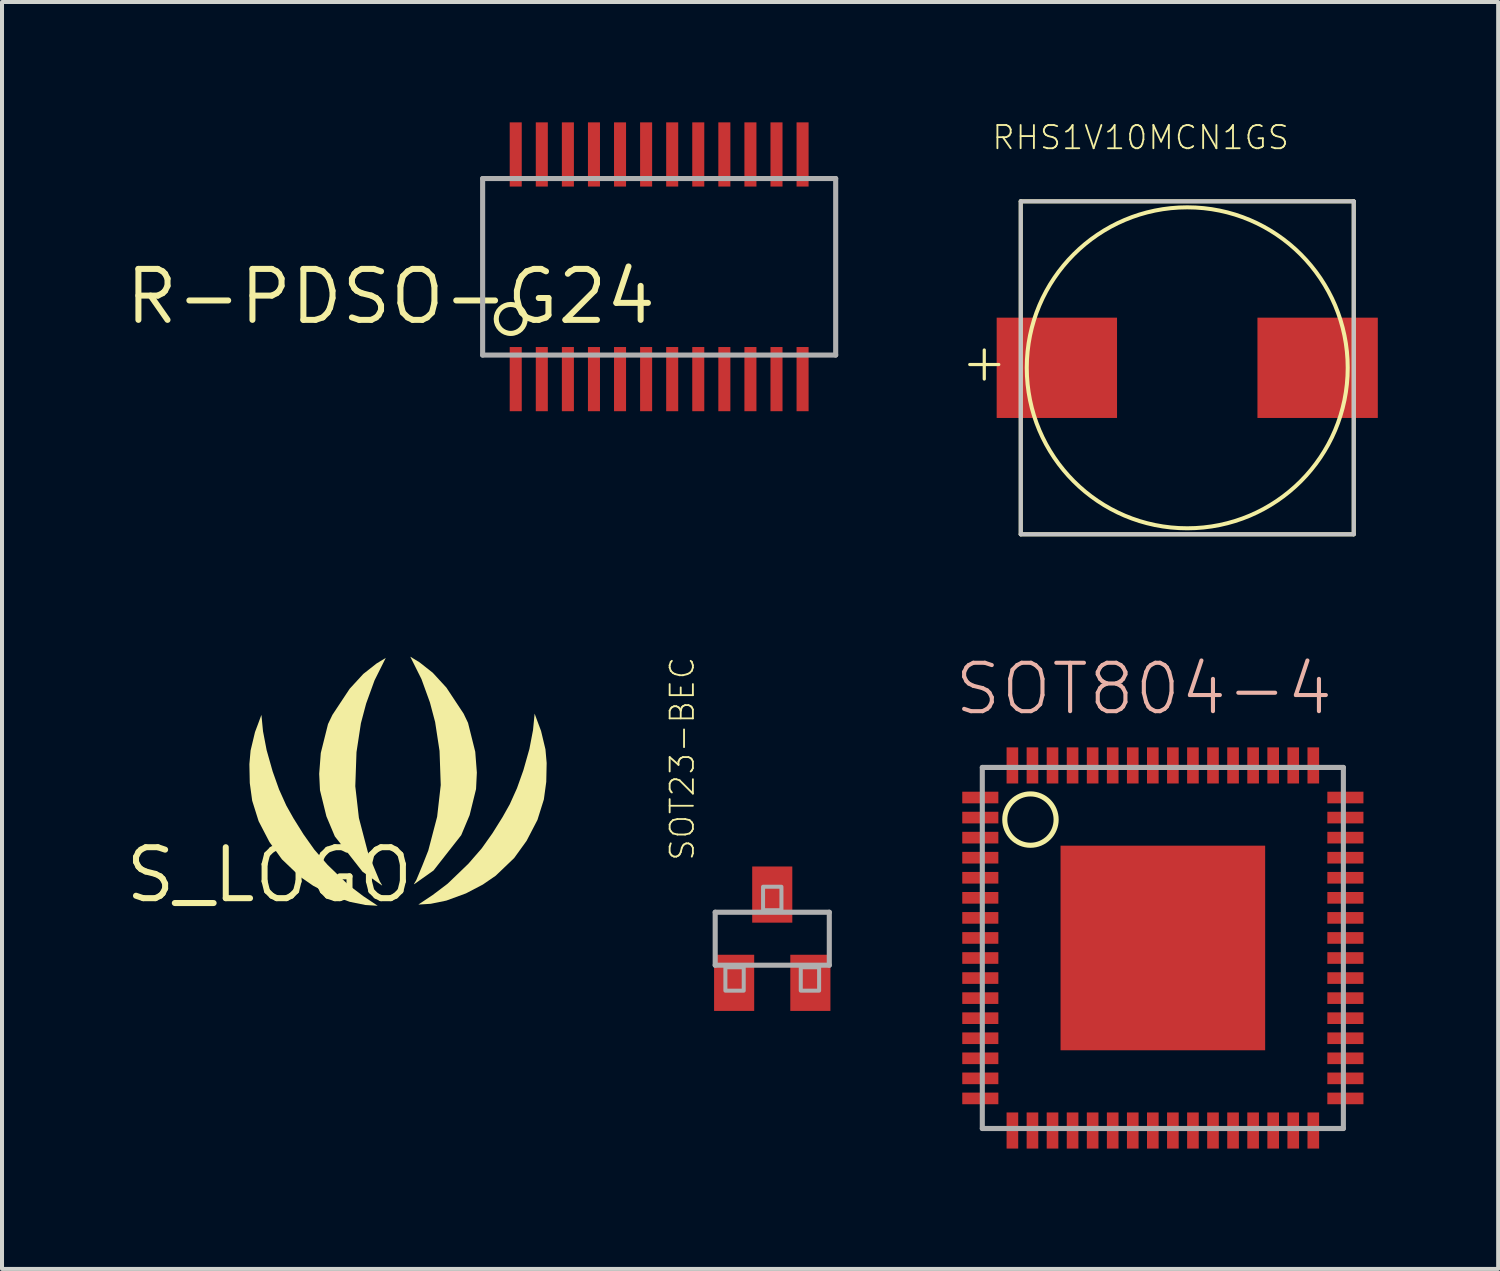
<source format=kicad_pcb>
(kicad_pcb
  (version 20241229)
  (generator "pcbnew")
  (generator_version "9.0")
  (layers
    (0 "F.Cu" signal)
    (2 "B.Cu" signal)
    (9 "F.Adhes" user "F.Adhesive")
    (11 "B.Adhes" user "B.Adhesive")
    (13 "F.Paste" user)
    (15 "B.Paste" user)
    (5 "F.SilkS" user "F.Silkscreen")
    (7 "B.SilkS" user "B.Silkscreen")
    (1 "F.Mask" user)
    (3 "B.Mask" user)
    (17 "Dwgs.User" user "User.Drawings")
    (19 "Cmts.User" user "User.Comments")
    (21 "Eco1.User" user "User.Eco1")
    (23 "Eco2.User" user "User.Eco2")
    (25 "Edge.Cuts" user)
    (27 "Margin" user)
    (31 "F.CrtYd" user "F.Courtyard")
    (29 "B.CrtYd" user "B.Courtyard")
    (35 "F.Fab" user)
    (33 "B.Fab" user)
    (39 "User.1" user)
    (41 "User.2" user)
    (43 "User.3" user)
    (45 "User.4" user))
  (footprint "SOT23-BEC"
    (layer "F.Cu")
    (at 16.199 20.348)
    (property "Reference" "SOT23-BEC" (at -1.905 -1.905 90) (layer "F.SilkS") (effects (font (size 0.579 0.579) (thickness 0.046)) (justify left bottom)))
    (attr through_hole)
    (fp_line (start -1.422 -0.66) (end 1.422 -0.66) (stroke (width 0.127) (type solid)) (layer "F.Fab"))
    (fp_line (start -1.422 0.66) (end -1.422 -0.66) (stroke (width 0.127) (type solid)) (layer "F.Fab"))
    (fp_line (start 1.422 -0.66) (end 1.422 0.66) (stroke (width 0.127) (type solid)) (layer "F.Fab"))
    (fp_line (start 1.422 0.66) (end -1.422 0.66) (stroke (width 0.127) (type solid)) (layer "F.Fab"))
    (fp_poly (pts (xy -1.168 1.295) (xy -0.711 1.295) (xy -0.711 0.711) (xy -1.168 0.711)) (stroke (width 0.1) (type solid)) (fill no) (layer "F.Fab"))
    (fp_poly (pts (xy -0.229 -0.711) (xy 0.229 -0.711) (xy 0.229 -1.295) (xy -0.229 -1.295)) (stroke (width 0.1) (type solid)) (fill no) (layer "F.Fab"))
    (fp_poly (pts (xy 0.711 1.295) (xy 1.168 1.295) (xy 1.168 0.711) (xy 0.711 0.711)) (stroke (width 0.1) (type solid)) (fill no) (layer "F.Fab"))
    (pad "B" smd rect (at -0.95 1.1) (size 1 1.4) (layers "F.Cu" "F.Mask" "F.Paste"))
    (pad "C" smd rect (at 0 -1.1) (size 1 1.4) (layers "F.Cu" "F.Mask" "F.Paste"))
    (pad "E" smd rect (at 0.95 1.1) (size 1 1.4) (layers "F.Cu" "F.Mask" "F.Paste")))
  (footprint "R-PDSO-G24"
    (layer "F.Cu")
    (at 13.38 3.6)
    (property "Reference" "R-PDSO-G24" (at 0 0 0) (layer "F.SilkS") (effects (font (size 1.27 1.27) (thickness 0.15)) (justify right top)))
    (attr through_hole)
    (fp_circle (center -3.7 1.3) (end -3.339 1.3) (stroke (width 0.127) (type solid)) (fill no) (layer "F.SilkS"))
    (fp_line (start -4.4 -2.2) (end 4.4 -2.2) (stroke (width 0.127) (type solid)) (layer "F.Fab"))
    (fp_line (start -4.4 2.2) (end -4.4 -2.2) (stroke (width 0.127) (type solid)) (layer "F.Fab"))
    (fp_line (start 4.4 -2.2) (end 4.4 2.2) (stroke (width 0.127) (type solid)) (layer "F.Fab"))
    (fp_line (start 4.4 2.2) (end -4.4 2.2) (stroke (width 0.127) (type solid)) (layer "F.Fab"))
    (pad "P$1" smd rect (at -3.575 2.8) (size 0.3 1.6) (layers "F.Cu" "F.Mask" "F.Paste"))
    (pad "P$2" smd rect (at -2.925 2.8) (size 0.3 1.6) (layers "F.Cu" "F.Mask" "F.Paste"))
    (pad "P$3" smd rect (at -2.275 2.8) (size 0.3 1.6) (layers "F.Cu" "F.Mask" "F.Paste"))
    (pad "P$4" smd rect (at -1.625 2.8) (size 0.3 1.6) (layers "F.Cu" "F.Mask" "F.Paste"))
    (pad "P$5" smd rect (at -0.975 2.8) (size 0.3 1.6) (layers "F.Cu" "F.Mask" "F.Paste"))
    (pad "P$6" smd rect (at -0.325 2.8) (size 0.3 1.6) (layers "F.Cu" "F.Mask" "F.Paste"))
    (pad "P$7" smd rect (at 0.325 2.8) (size 0.3 1.6) (layers "F.Cu" "F.Mask" "F.Paste"))
    (pad "P$8" smd rect (at 0.975 2.8) (size 0.3 1.6) (layers "F.Cu" "F.Mask" "F.Paste"))
    (pad "P$9" smd rect (at 1.625 2.8) (size 0.3 1.6) (layers "F.Cu" "F.Mask" "F.Paste"))
    (pad "P$10" smd rect (at 2.275 2.8) (size 0.3 1.6) (layers "F.Cu" "F.Mask" "F.Paste"))
    (pad "P$11" smd rect (at 2.925 2.8) (size 0.3 1.6) (layers "F.Cu" "F.Mask" "F.Paste"))
    (pad "P$12" smd rect (at 3.575 2.8) (size 0.3 1.6) (layers "F.Cu" "F.Mask" "F.Paste"))
    (pad "P$13" smd rect (at 3.575 -2.8) (size 0.3 1.6) (layers "F.Cu" "F.Mask" "F.Paste"))
    (pad "P$14" smd rect (at 2.925 -2.8) (size 0.3 1.6) (layers "F.Cu" "F.Mask" "F.Paste"))
    (pad "P$15" smd rect (at 2.275 -2.8) (size 0.3 1.6) (layers "F.Cu" "F.Mask" "F.Paste"))
    (pad "P$16" smd rect (at 1.625 -2.8) (size 0.3 1.6) (layers "F.Cu" "F.Mask" "F.Paste"))
    (pad "P$17" smd rect (at 0.975 -2.8) (size 0.3 1.6) (layers "F.Cu" "F.Mask" "F.Paste"))
    (pad "P$18" smd rect (at 0.325 -2.8) (size 0.3 1.6) (layers "F.Cu" "F.Mask" "F.Paste"))
    (pad "P$19" smd rect (at -0.325 -2.8) (size 0.3 1.6) (layers "F.Cu" "F.Mask" "F.Paste"))
    (pad "P$20" smd rect (at -0.975 -2.8) (size 0.3 1.6) (layers "F.Cu" "F.Mask" "F.Paste"))
    (pad "P$21" smd rect (at -1.625 -2.8) (size 0.3 1.6) (layers "F.Cu" "F.Mask" "F.Paste"))
    (pad "P$22" smd rect (at -2.275 -2.8) (size 0.3 1.6) (layers "F.Cu" "F.Mask" "F.Paste"))
    (pad "P$23" smd rect (at -2.925 -2.8) (size 0.3 1.6) (layers "F.Cu" "F.Mask" "F.Paste"))
    (pad "P$24" smd rect (at -3.575 -2.8) (size 0.3 1.6) (layers "F.Cu" "F.Mask" "F.Paste")))
  (footprint "RHS1V10MCN1GS"
    (layer "F.Cu")
    (at 26.543 6.118)
    (property "Reference" "RHS1V10MCN1GS" (at -4.9 -5.4 0) (layer "F.SilkS") (effects (font (size 0.579 0.579) (thickness 0.046)) (justify left bottom)))
    (attr through_hole)
    (fp_line (start -4.15 -4.15) (end -4.15 4.15) (stroke (width 0.1) (type solid)) (layer "F.SilkS"))
    (fp_line (start -4.15 4.15) (end 4.15 4.15) (stroke (width 0.1) (type solid)) (layer "F.SilkS"))
    (fp_line (start 4.15 -4.15) (end -4.15 -4.15) (stroke (width 0.1) (type solid)) (layer "F.SilkS"))
    (fp_line (start 4.15 4.15) (end 4.15 -4.15) (stroke (width 0.1) (type solid)) (layer "F.SilkS"))
    (fp_circle (center 0 0) (end 4 0) (stroke (width 0.1) (type solid)) (fill no) (layer "F.SilkS"))
    (fp_line (start -4.15 -4.15) (end 4.15 -4.15) (stroke (width 0.1) (type solid)) (layer "Dwgs.User"))
    (fp_line (start -4.15 4.15) (end -4.15 -4.15) (stroke (width 0.1) (type solid)) (layer "Dwgs.User"))
    (fp_line (start 4.15 -4.15) (end 4.15 4.15) (stroke (width 0.1) (type solid)) (layer "Dwgs.User"))
    (fp_line (start 4.15 4.15) (end -4.15 4.15) (stroke (width 0.1) (type solid)) (layer "Dwgs.User"))
    (fp_text user "+" (at -5.7 0.4 0) (layer "F.SilkS") (effects (font (size 0.95 0.95) (thickness 0.08)) (justify left bottom)))
    (pad "+" smd rect (at -3.25 0 90) (size 2.5 3) (layers "F.Cu" "F.Mask" "F.Paste"))
    (pad "-" smd rect (at 3.25 0 90) (size 2.5 3) (layers "F.Cu" "F.Mask" "F.Paste")))
  (footprint "S_LOGO"
    (layer "F.Cu")
    (at 3.666 18.758)
    (property "Reference" "S_LOGO" (at 0 0 0) (layer "F.SilkS") (effects (font (size 1.27 1.27) (thickness 0.15))))
    (attr through_hole)
    (fp_line (start 3.763 0.739) (end 3.704 0.742) (stroke (width 0.001) (type solid)) (layer "F.SilkS"))
    (fp_line (start 3.823 0.735) (end 3.763 0.739) (stroke (width 0.001) (type solid)) (layer "F.SilkS"))
    (fp_line (start 4.264 -2.719) (end 4.266 -2.648) (stroke (width 0.001) (type solid)) (layer "F.SilkS"))
    (fp_line (start 4.267 -2.577) (end 4.267 -2.506) (stroke (width 0.001) (type solid)) (layer "F.SilkS"))
    (fp_poly (pts (xy 2.8 0.26) (xy 2.32 -0.08) (xy 1.63 -0.96) (xy 1.42 -1.46) (xy 1.26 -2.11) (xy 1.24 -2.52) (xy 1.28 -3.04) (xy 1.46 -3.76) (xy 1.57 -3.99) (xy 2 -4.64) (xy 2.34 -5.01) (xy 2.67 -5.27) (xy 2.9 -5.41) (xy 2.62 -4.85) (xy 2.41 -4.27) (xy 2.28 -3.78) (xy 2.17 -3.06) (xy 2.14 -2.21) (xy 2.23 -1.42) (xy 2.45 -0.58) (xy 2.6 -0.2) (xy 2.75 0.16) (xy 2.81 0.26)) (stroke (width 0) (type solid)) (fill yes) (layer "F.SilkS"))
    (fp_poly (pts (xy 3.61 0.23) (xy 4.09 -0.11) (xy 4.78 -0.99) (xy 4.99 -1.49) (xy 5.15 -2.14) (xy 5.17 -2.55) (xy 5.13 -3.07) (xy 4.95 -3.79) (xy 4.84 -4.02) (xy 4.41 -4.67) (xy 4.07 -5.04) (xy 3.74 -5.3) (xy 3.51 -5.44) (xy 3.79 -4.88) (xy 4 -4.3) (xy 4.13 -3.81) (xy 4.24 -3.09) (xy 4.27 -2.24) (xy 4.18 -1.45) (xy 3.96 -0.61) (xy 3.81 -0.23) (xy 3.66 0.13) (xy 3.6 0.23)) (stroke (width 0) (type solid)) (fill yes) (layer "F.SilkS"))
    (fp_poly (pts (xy 2.71 0.77) (xy 2.39 0.75) (xy 2 0.67) (xy 1.51 0.49) (xy 1.09 0.27) (xy 0.77 0.05) (xy 0.31 -0.39) (xy 0 -0.82) (xy -0.27 -1.34) (xy -0.43 -1.85) (xy -0.49 -2.29) (xy -0.5 -2.76) (xy -0.47 -3.1) (xy -0.36 -3.56) (xy -0.27 -3.8) (xy -0.2 -3.99) (xy -0.16 -3.58) (xy -0.07 -3.11) (xy 0.08 -2.58) (xy 0.24 -2.13) (xy 0.42 -1.73) (xy 0.6 -1.41) (xy 0.85 -1.01) (xy 1.12 -0.63) (xy 1.45 -0.25) (xy 1.73 0.02) (xy 1.97 0.25) (xy 2.34 0.53) (xy 2.7 0.77)) (stroke (width 0) (type solid)) (fill yes) (layer "F.SilkS"))
    (fp_poly (pts (xy 3.7 0.74) (xy 4.02 0.72) (xy 4.41 0.64) (xy 4.9 0.46) (xy 5.32 0.24) (xy 5.64 0.02) (xy 6.1 -0.42) (xy 6.41 -0.85) (xy 6.68 -1.37) (xy 6.84 -1.88) (xy 6.9 -2.32) (xy 6.91 -2.79) (xy 6.88 -3.13) (xy 6.77 -3.59) (xy 6.68 -3.83) (xy 6.61 -4.02) (xy 6.57 -3.61) (xy 6.48 -3.14) (xy 6.33 -2.61) (xy 6.17 -2.16) (xy 5.99 -1.76) (xy 5.81 -1.44) (xy 5.56 -1.04) (xy 5.29 -0.66) (xy 4.96 -0.28) (xy 4.68 -0.01) (xy 4.44 0.22) (xy 4.07 0.5) (xy 3.71 0.74)) (stroke (width 0) (type solid)) (fill yes) (layer "F.SilkS")))
  (footprint "SOT804-4"
    (layer "F.Cu")
    (at 25.935 20.579)
    (property "Reference" "SOT804-4" (at -5.25 -5.75 0) (layer "B.SilkS") (effects (font (size 1.206 1.206) (thickness 0.102)) (justify left bottom)))
    (attr through_hole)
    (fp_circle (center -3.3 -3.2) (end -2.66 -3.2) (stroke (width 0.127) (type solid)) (fill no) (layer "F.SilkS"))
    (fp_poly (pts (xy -1.7 -1) (xy -1 -1) (xy -1 -1.7) (xy -1.7 -1.7)) (stroke (width 0) (type solid)) (fill yes) (layer "F.Paste"))
    (fp_poly (pts (xy -1.7 -0.1) (xy -1 -0.1) (xy -1 -0.8) (xy -1.7 -0.8)) (stroke (width 0) (type solid)) (fill yes) (layer "F.Paste"))
    (fp_poly (pts (xy -1.7 0.8) (xy -1 0.8) (xy -1 0.1) (xy -1.7 0.1)) (stroke (width 0) (type solid)) (fill yes) (layer "F.Paste"))
    (fp_poly (pts (xy -1.7 1.7) (xy -1 1.7) (xy -1 1) (xy -1.7 1)) (stroke (width 0) (type solid)) (fill yes) (layer "F.Paste"))
    (fp_poly (pts (xy -0.8 -1) (xy -0.1 -1) (xy -0.1 -1.7) (xy -0.8 -1.7)) (stroke (width 0) (type solid)) (fill yes) (layer "F.Paste"))
    (fp_poly (pts (xy -0.8 1.7) (xy -0.1 1.7) (xy -0.1 1) (xy -0.8 1)) (stroke (width 0) (type solid)) (fill yes) (layer "F.Paste"))
    (fp_poly (pts (xy 0.1 -1) (xy 0.8 -1) (xy 0.8 -1.7) (xy 0.1 -1.7)) (stroke (width 0) (type solid)) (fill yes) (layer "F.Paste"))
    (fp_poly (pts (xy 0.1 1.7) (xy 0.8 1.7) (xy 0.8 1) (xy 0.1 1)) (stroke (width 0) (type solid)) (fill yes) (layer "F.Paste"))
    (fp_poly (pts (xy 1 -1) (xy 1.7 -1) (xy 1.7 -1.7) (xy 1 -1.7)) (stroke (width 0) (type solid)) (fill yes) (layer "F.Paste"))
    (fp_poly (pts (xy 1 -0.1) (xy 1.7 -0.1) (xy 1.7 -0.8) (xy 1 -0.8)) (stroke (width 0) (type solid)) (fill yes) (layer "F.Paste"))
    (fp_poly (pts (xy 1 0.8) (xy 1.7 0.8) (xy 1.7 0.1) (xy 1 0.1)) (stroke (width 0) (type solid)) (fill yes) (layer "F.Paste"))
    (fp_poly (pts (xy 1 1.7) (xy 1.7 1.7) (xy 1.7 1) (xy 1 1)) (stroke (width 0) (type solid)) (fill yes) (layer "F.Paste"))
    (fp_line (start -4.5 -4.5) (end 4.5 -4.5) (stroke (width 0.127) (type solid)) (layer "F.Fab"))
    (fp_line (start -4.5 4.5) (end -4.5 -4.5) (stroke (width 0.127) (type solid)) (layer "F.Fab"))
    (fp_line (start 4.5 -4.5) (end 4.5 4.5) (stroke (width 0.127) (type solid)) (layer "F.Fab"))
    (fp_line (start 4.5 4.5) (end -4.5 4.5) (stroke (width 0.127) (type solid)) (layer "F.Fab"))
    (pad "1" smd rect (at -4.55 -3.75) (size 0.9 0.29) (layers "F.Cu" "F.Mask" "F.Paste"))
    (pad "2" smd rect (at -4.55 -3.25) (size 0.9 0.29) (layers "F.Cu" "F.Mask" "F.Paste"))
    (pad "3" smd rect (at -4.55 -2.75) (size 0.9 0.29) (layers "F.Cu" "F.Mask" "F.Paste"))
    (pad "4" smd rect (at -4.55 -2.25) (size 0.9 0.29) (layers "F.Cu" "F.Mask" "F.Paste"))
    (pad "5" smd rect (at -4.55 -1.75) (size 0.9 0.29) (layers "F.Cu" "F.Mask" "F.Paste"))
    (pad "6" smd rect (at -4.55 -1.25) (size 0.9 0.29) (layers "F.Cu" "F.Mask" "F.Paste"))
    (pad "7" smd rect (at -4.55 -0.75) (size 0.9 0.29) (layers "F.Cu" "F.Mask" "F.Paste"))
    (pad "8" smd rect (at -4.55 -0.25) (size 0.9 0.29) (layers "F.Cu" "F.Mask" "F.Paste"))
    (pad "9" smd rect (at -4.55 0.25) (size 0.9 0.29) (layers "F.Cu" "F.Mask" "F.Paste"))
    (pad "10" smd rect (at -4.55 0.75) (size 0.9 0.29) (layers "F.Cu" "F.Mask" "F.Paste"))
    (pad "11" smd rect (at -4.55 1.25) (size 0.9 0.29) (layers "F.Cu" "F.Mask" "F.Paste"))
    (pad "12" smd rect (at -4.55 1.75) (size 0.9 0.29) (layers "F.Cu" "F.Mask" "F.Paste"))
    (pad "13" smd rect (at -4.55 2.25) (size 0.9 0.29) (layers "F.Cu" "F.Mask" "F.Paste"))
    (pad "14" smd rect (at -4.55 2.75) (size 0.9 0.29) (layers "F.Cu" "F.Mask" "F.Paste"))
    (pad "15" smd rect (at -4.55 3.25) (size 0.9 0.29) (layers "F.Cu" "F.Mask" "F.Paste"))
    (pad "16" smd rect (at -4.55 3.75) (size 0.9 0.29) (layers "F.Cu" "F.Mask" "F.Paste"))
    (pad "17" smd rect (at -3.75 4.55 90) (size 0.9 0.29) (layers "F.Cu" "F.Mask" "F.Paste"))
    (pad "18" smd rect (at -3.25 4.55 90) (size 0.9 0.29) (layers "F.Cu" "F.Mask" "F.Paste"))
    (pad "19" smd rect (at -2.75 4.55 90) (size 0.9 0.29) (layers "F.Cu" "F.Mask" "F.Paste"))
    (pad "20" smd rect (at -2.25 4.55 90) (size 0.9 0.29) (layers "F.Cu" "F.Mask" "F.Paste"))
    (pad "21" smd rect (at -1.75 4.55 90) (size 0.9 0.29) (layers "F.Cu" "F.Mask" "F.Paste"))
    (pad "22" smd rect (at -1.25 4.55 90) (size 0.9 0.29) (layers "F.Cu" "F.Mask" "F.Paste"))
    (pad "23" smd rect (at -0.75 4.55 90) (size 0.9 0.29) (layers "F.Cu" "F.Mask" "F.Paste"))
    (pad "24" smd rect (at -0.25 4.55 90) (size 0.9 0.29) (layers "F.Cu" "F.Mask" "F.Paste"))
    (pad "25" smd rect (at 0.25 4.55 90) (size 0.9 0.29) (layers "F.Cu" "F.Mask" "F.Paste"))
    (pad "26" smd rect (at 0.75 4.55 90) (size 0.9 0.29) (layers "F.Cu" "F.Mask" "F.Paste"))
    (pad "27" smd rect (at 1.25 4.55 90) (size 0.9 0.29) (layers "F.Cu" "F.Mask" "F.Paste"))
    (pad "28" smd rect (at 1.75 4.55 90) (size 0.9 0.29) (layers "F.Cu" "F.Mask" "F.Paste"))
    (pad "29" smd rect (at 2.25 4.55 90) (size 0.9 0.29) (layers "F.Cu" "F.Mask" "F.Paste"))
    (pad "30" smd rect (at 2.75 4.55 90) (size 0.9 0.29) (layers "F.Cu" "F.Mask" "F.Paste"))
    (pad "31" smd rect (at 3.25 4.55 90) (size 0.9 0.29) (layers "F.Cu" "F.Mask" "F.Paste"))
    (pad "32" smd rect (at 3.75 4.55 90) (size 0.9 0.29) (layers "F.Cu" "F.Mask" "F.Paste"))
    (pad "33" smd rect (at 4.55 3.75 180) (size 0.9 0.29) (layers "F.Cu" "F.Mask" "F.Paste"))
    (pad "34" smd rect (at 4.55 3.25 180) (size 0.9 0.29) (layers "F.Cu" "F.Mask" "F.Paste"))
    (pad "35" smd rect (at 4.55 2.75 180) (size 0.9 0.29) (layers "F.Cu" "F.Mask" "F.Paste"))
    (pad "36" smd rect (at 4.55 2.25 180) (size 0.9 0.29) (layers "F.Cu" "F.Mask" "F.Paste"))
    (pad "37" smd rect (at 4.55 1.75 180) (size 0.9 0.29) (layers "F.Cu" "F.Mask" "F.Paste"))
    (pad "38" smd rect (at 4.55 1.25 180) (size 0.9 0.29) (layers "F.Cu" "F.Mask" "F.Paste"))
    (pad "39" smd rect (at 4.55 0.75 180) (size 0.9 0.29) (layers "F.Cu" "F.Mask" "F.Paste"))
    (pad "40" smd rect (at 4.55 0.25 180) (size 0.9 0.29) (layers "F.Cu" "F.Mask" "F.Paste"))
    (pad "41" smd rect (at 4.55 -0.25 180) (size 0.9 0.29) (layers "F.Cu" "F.Mask" "F.Paste"))
    (pad "42" smd rect (at 4.55 -0.75 180) (size 0.9 0.29) (layers "F.Cu" "F.Mask" "F.Paste"))
    (pad "43" smd rect (at 4.55 -1.25 180) (size 0.9 0.29) (layers "F.Cu" "F.Mask" "F.Paste"))
    (pad "44" smd rect (at 4.55 -1.75 180) (size 0.9 0.29) (layers "F.Cu" "F.Mask" "F.Paste"))
    (pad "45" smd rect (at 4.55 -2.25 180) (size 0.9 0.29) (layers "F.Cu" "F.Mask" "F.Paste"))
    (pad "46" smd rect (at 4.55 -2.75 180) (size 0.9 0.29) (layers "F.Cu" "F.Mask" "F.Paste"))
    (pad "47" smd rect (at 4.55 -3.25 180) (size 0.9 0.29) (layers "F.Cu" "F.Mask" "F.Paste"))
    (pad "48" smd rect (at 4.55 -3.75 180) (size 0.9 0.29) (layers "F.Cu" "F.Mask" "F.Paste"))
    (pad "49" smd rect (at 3.75 -4.55 270) (size 0.9 0.29) (layers "F.Cu" "F.Mask" "F.Paste"))
    (pad "50" smd rect (at 3.25 -4.55 270) (size 0.9 0.29) (layers "F.Cu" "F.Mask" "F.Paste"))
    (pad "51" smd rect (at 2.75 -4.55 270) (size 0.9 0.29) (layers "F.Cu" "F.Mask" "F.Paste"))
    (pad "52" smd rect (at 2.25 -4.55 270) (size 0.9 0.29) (layers "F.Cu" "F.Mask" "F.Paste"))
    (pad "53" smd rect (at 1.75 -4.55 270) (size 0.9 0.29) (layers "F.Cu" "F.Mask" "F.Paste"))
    (pad "54" smd rect (at 1.25 -4.55 270) (size 0.9 0.29) (layers "F.Cu" "F.Mask" "F.Paste"))
    (pad "55" smd rect (at 0.75 -4.55 270) (size 0.9 0.29) (layers "F.Cu" "F.Mask" "F.Paste"))
    (pad "56" smd rect (at 0.25 -4.55 270) (size 0.9 0.29) (layers "F.Cu" "F.Mask" "F.Paste"))
    (pad "57" smd rect (at -0.25 -4.55 270) (size 0.9 0.29) (layers "F.Cu" "F.Mask" "F.Paste"))
    (pad "58" smd rect (at -0.75 -4.55 270) (size 0.9 0.29) (layers "F.Cu" "F.Mask" "F.Paste"))
    (pad "59" smd rect (at -1.25 -4.55 270) (size 0.9 0.29) (layers "F.Cu" "F.Mask" "F.Paste"))
    (pad "60" smd rect (at -1.75 -4.55 270) (size 0.9 0.29) (layers "F.Cu" "F.Mask" "F.Paste"))
    (pad "61" smd rect (at -2.25 -4.55 270) (size 0.9 0.29) (layers "F.Cu" "F.Mask" "F.Paste"))
    (pad "62" smd rect (at -2.75 -4.55 270) (size 0.9 0.29) (layers "F.Cu" "F.Mask" "F.Paste"))
    (pad "63" smd rect (at -3.25 -4.55 270) (size 0.9 0.29) (layers "F.Cu" "F.Mask" "F.Paste"))
    (pad "64" smd rect (at -3.75 -4.55 270) (size 0.9 0.29) (layers "F.Cu" "F.Mask" "F.Paste"))
    (pad "P$1" smd rect (at 0 0) (size 5.1 5.1) (layers "F.Cu" "F.Mask")))
  (gr_rect
    (start -3 -3)
    (end 34.293 28.579)
    (stroke (width 0.1) (type default))
    (fill no)
    (layer "Edge.Cuts")))
</source>
